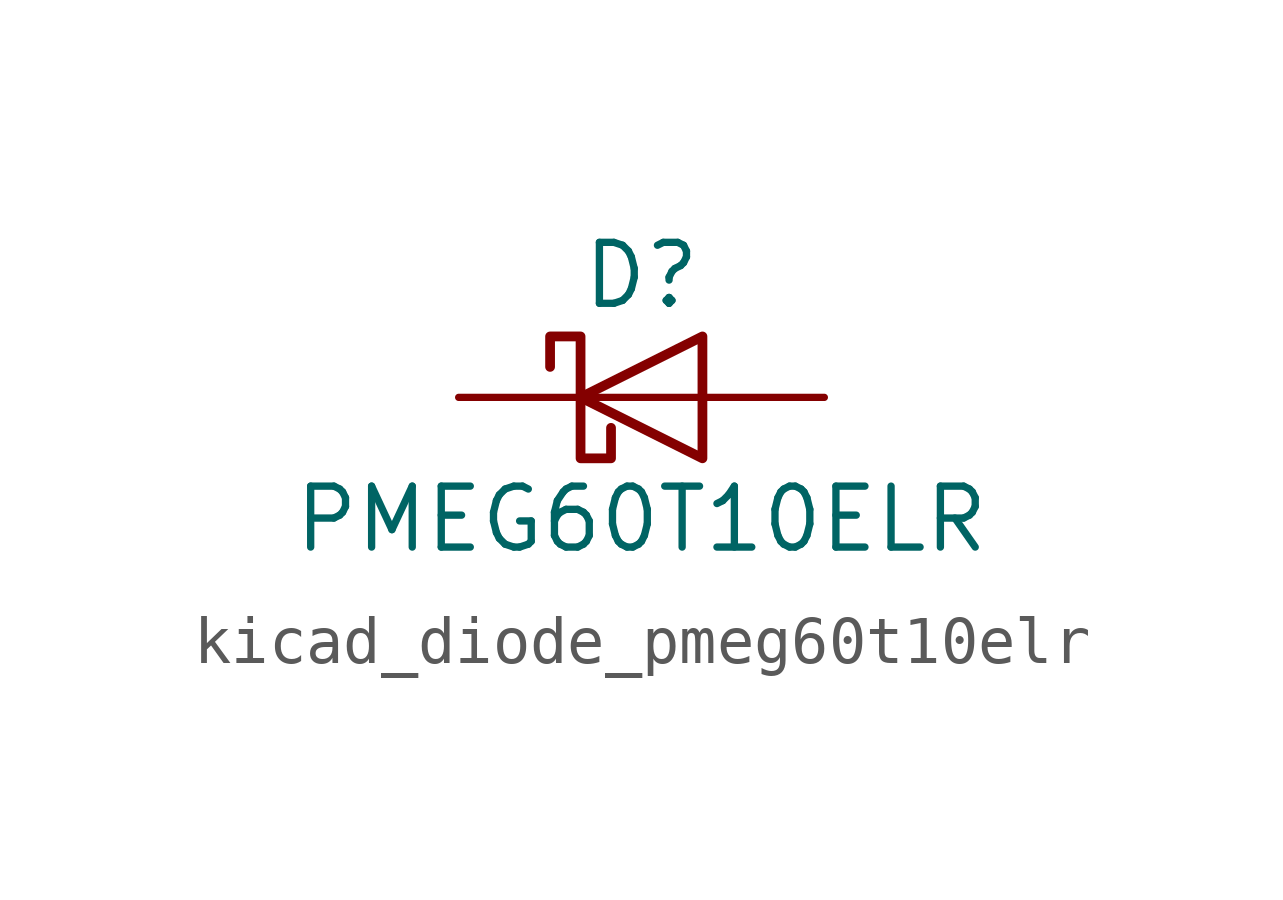
<source format=kicad_sym>
(kicad_symbol_lib
  (version 20220914)
  (generator kicad_symbol_editor)
  (symbol "kicad_diode_pmeg60t10elr"
    (pin_numbers hide)
    (pin_names hide)
    (property "Reference" "D"
      (at 0 2.54 0)
      (effects (font (size 1.27 1.27))))
    (property "Value" "PMEG60T10ELR"
      (at 0 -2.54 0)
      (effects (font (size 1.27 1.27))))
    (symbol "kicad_diode_pmeg60t10elr_0_1"
      (polyline (pts (xy 1.27 0) (xy -1.27 0)) (stroke (width 0) (type default)) (fill (type none)))
      (polyline (pts (xy 1.27 1.27) (xy 1.27 -1.27) (xy -1.27 0) (xy 1.27 1.27)) (stroke (width 0.203) (type default)) (fill (type none)))
      (polyline (pts (xy -1.905 0.635) (xy -1.905 1.27) (xy -1.27 1.27) (xy -1.27 -1.27) (xy -0.635 -1.27) (xy -0.635 -0.635)) (stroke (width 0.203) (type default)) (fill (type none))))
    (symbol "kicad_diode_pmeg60t10elr_1_1"
      (pin passive line (at -3.81 0 0) (length 2.54) (name "K" (effects (font (size 1.27 1.27)))) (number "1" (effects (font (size 1.27 1.27)))))
      (pin passive line (at 3.81 0 180) (length 2.54) (name "A" (effects (font (size 1.27 1.27)))) (number "2" (effects (font (size 1.27 1.27))))))))
</source>
